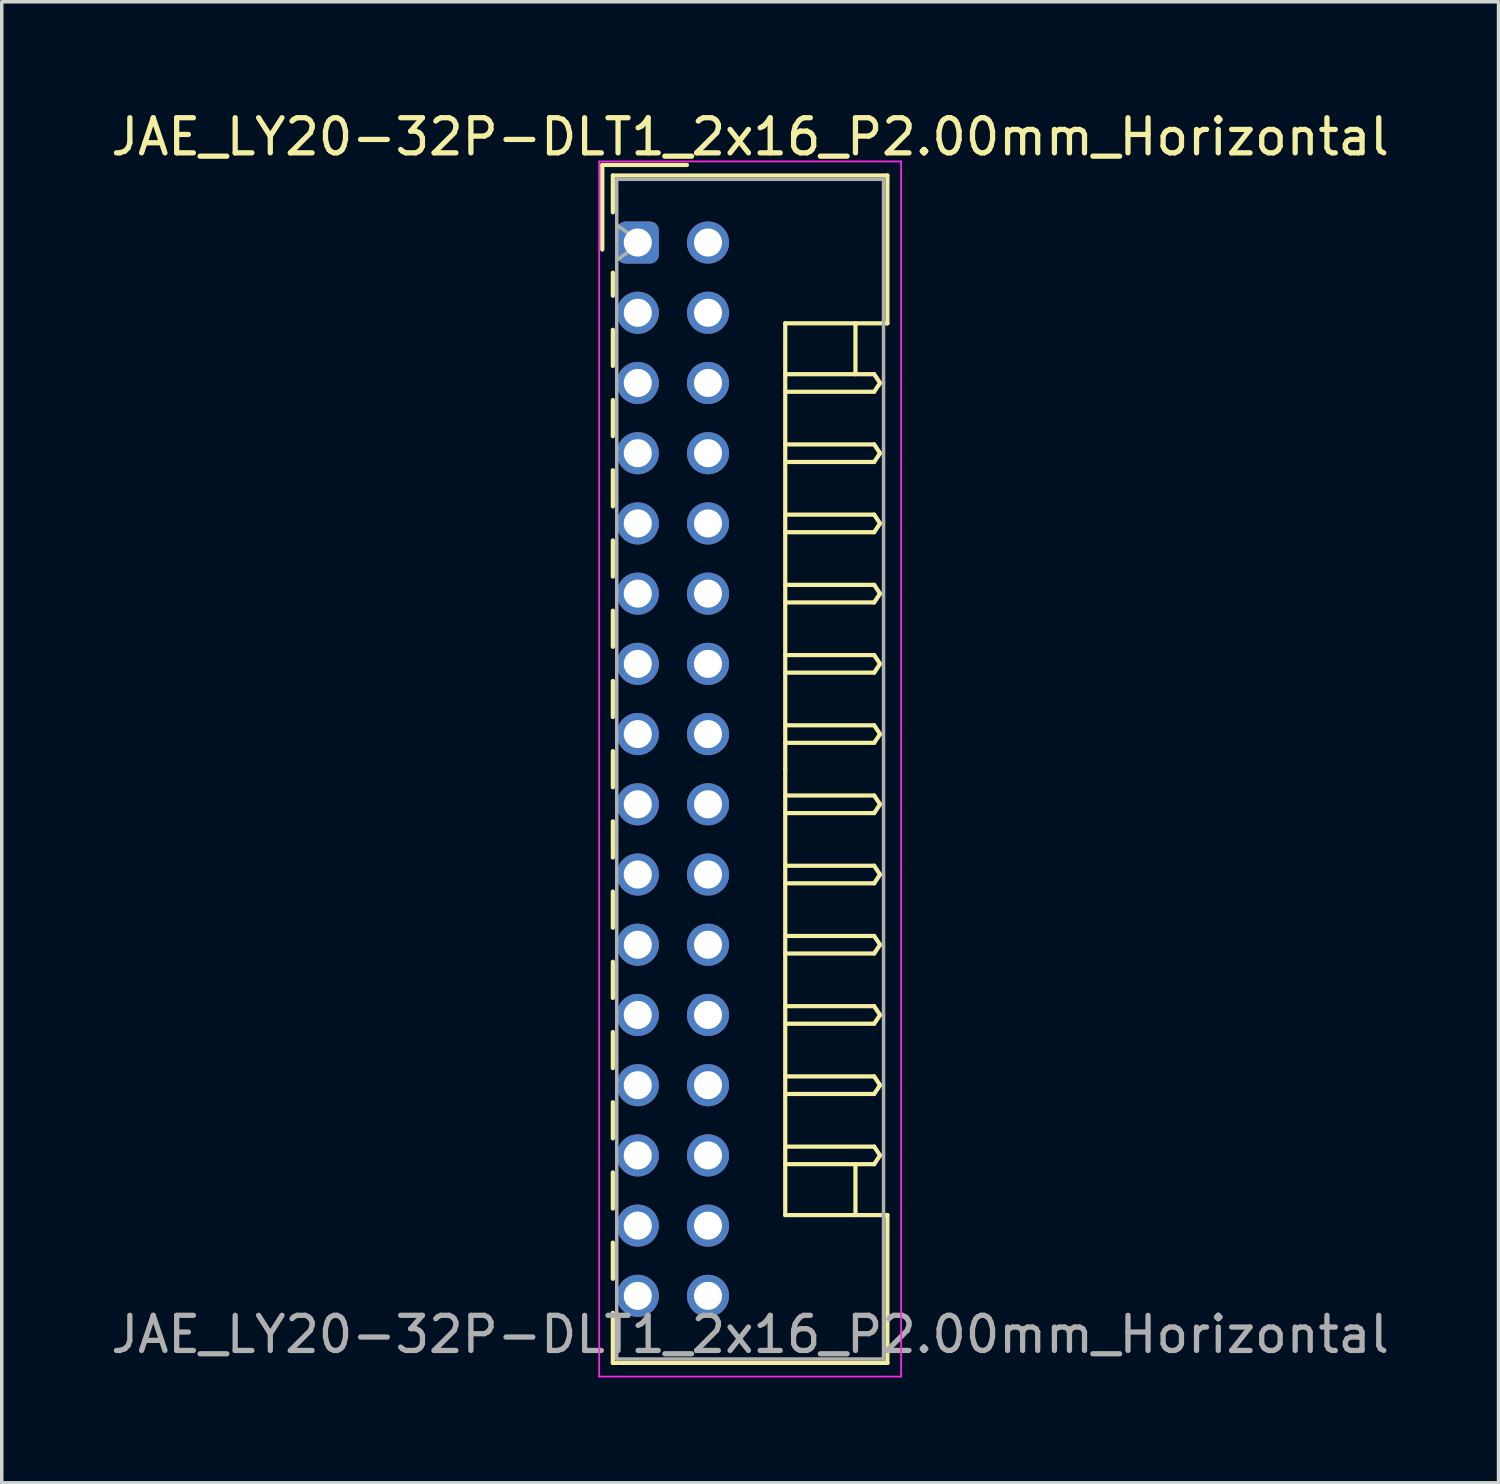
<source format=kicad_pcb>
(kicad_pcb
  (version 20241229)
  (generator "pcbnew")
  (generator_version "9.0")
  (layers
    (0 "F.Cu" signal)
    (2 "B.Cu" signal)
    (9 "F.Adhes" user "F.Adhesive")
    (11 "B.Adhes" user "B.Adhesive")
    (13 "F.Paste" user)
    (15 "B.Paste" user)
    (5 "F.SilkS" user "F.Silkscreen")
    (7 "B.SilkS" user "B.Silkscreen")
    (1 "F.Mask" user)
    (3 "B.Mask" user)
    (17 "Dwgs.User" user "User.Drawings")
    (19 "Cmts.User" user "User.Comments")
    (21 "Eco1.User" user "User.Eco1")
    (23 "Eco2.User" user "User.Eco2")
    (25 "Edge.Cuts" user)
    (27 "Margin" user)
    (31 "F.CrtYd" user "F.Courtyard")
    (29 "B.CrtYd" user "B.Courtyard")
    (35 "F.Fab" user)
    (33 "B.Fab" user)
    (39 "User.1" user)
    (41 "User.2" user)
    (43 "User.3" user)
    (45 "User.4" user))
  (footprint "JAE_LY20-32P-DLT1_2x16_P2.00mm_Horizontal"
    (layer "F.Cu")
    (at 15.115 3.858)
    (property "Reference" "JAE_LY20-32P-DLT1_2x16_P2.00mm_Horizontal" (at 3.2 -3.01 0) (layer "F.SilkS") (effects (font (size 1 1) (thickness 0.15))))
    (attr through_hole)
    (fp_line (start -1.01 -2.21) (end -1.01 0.2) (stroke (width 0.12) (type solid)) (layer "F.SilkS"))
    (fp_line (start -0.71 -1.91) (end -0.71 -0.86) (stroke (width 0.12) (type solid)) (layer "F.SilkS"))
    (fp_line (start -0.71 -1.91) (end 7.11 -1.91) (stroke (width 0.12) (type solid)) (layer "F.SilkS"))
    (fp_line (start -0.71 0.86) (end -0.71 1.515) (stroke (width 0.12) (type solid)) (layer "F.SilkS"))
    (fp_line (start -0.71 2.485) (end -0.71 3.515) (stroke (width 0.12) (type solid)) (layer "F.SilkS"))
    (fp_line (start -0.71 4.485) (end -0.71 5.515) (stroke (width 0.12) (type solid)) (layer "F.SilkS"))
    (fp_line (start -0.71 6.485) (end -0.71 7.515) (stroke (width 0.12) (type solid)) (layer "F.SilkS"))
    (fp_line (start -0.71 8.485) (end -0.71 9.515) (stroke (width 0.12) (type solid)) (layer "F.SilkS"))
    (fp_line (start -0.71 10.485) (end -0.71 11.515) (stroke (width 0.12) (type solid)) (layer "F.SilkS"))
    (fp_line (start -0.71 12.485) (end -0.71 13.515) (stroke (width 0.12) (type solid)) (layer "F.SilkS"))
    (fp_line (start -0.71 14.485) (end -0.71 15.515) (stroke (width 0.12) (type solid)) (layer "F.SilkS"))
    (fp_line (start -0.71 16.485) (end -0.71 17.515) (stroke (width 0.12) (type solid)) (layer "F.SilkS"))
    (fp_line (start -0.71 18.485) (end -0.71 19.515) (stroke (width 0.12) (type solid)) (layer "F.SilkS"))
    (fp_line (start -0.71 20.485) (end -0.71 21.515) (stroke (width 0.12) (type solid)) (layer "F.SilkS"))
    (fp_line (start -0.71 22.485) (end -0.71 23.515) (stroke (width 0.12) (type solid)) (layer "F.SilkS"))
    (fp_line (start -0.71 24.485) (end -0.71 25.515) (stroke (width 0.12) (type solid)) (layer "F.SilkS"))
    (fp_line (start -0.71 26.485) (end -0.71 27.515) (stroke (width 0.12) (type solid)) (layer "F.SilkS"))
    (fp_line (start -0.71 28.485) (end -0.71 29.515) (stroke (width 0.12) (type solid)) (layer "F.SilkS"))
    (fp_line (start -0.71 30.485) (end -0.71 31.91) (stroke (width 0.12) (type solid)) (layer "F.SilkS"))
    (fp_line (start -0.71 31.91) (end 7.11 31.91) (stroke (width 0.12) (type solid)) (layer "F.SilkS"))
    (fp_line (start 1.4 -2.21) (end -1.01 -2.21) (stroke (width 0.12) (type solid)) (layer "F.SilkS"))
    (fp_line (start 4.2 2.3) (end 4.2 15) (stroke (width 0.12) (type solid)) (layer "F.SilkS"))
    (fp_line (start 4.2 3.75) (end 6.733 3.75) (stroke (width 0.12) (type solid)) (layer "F.SilkS"))
    (fp_line (start 4.2 5.75) (end 6.733 5.75) (stroke (width 0.12) (type solid)) (layer "F.SilkS"))
    (fp_line (start 4.2 7.75) (end 6.733 7.75) (stroke (width 0.12) (type solid)) (layer "F.SilkS"))
    (fp_line (start 4.2 9.75) (end 6.733 9.75) (stroke (width 0.12) (type solid)) (layer "F.SilkS"))
    (fp_line (start 4.2 11.75) (end 6.733 11.75) (stroke (width 0.12) (type solid)) (layer "F.SilkS"))
    (fp_line (start 4.2 13.75) (end 6.733 13.75) (stroke (width 0.12) (type solid)) (layer "F.SilkS"))
    (fp_line (start 4.2 15.75) (end 6.733 15.75) (stroke (width 0.12) (type solid)) (layer "F.SilkS"))
    (fp_line (start 4.2 17.75) (end 6.733 17.75) (stroke (width 0.12) (type solid)) (layer "F.SilkS"))
    (fp_line (start 4.2 19.75) (end 6.733 19.75) (stroke (width 0.12) (type solid)) (layer "F.SilkS"))
    (fp_line (start 4.2 21.75) (end 6.733 21.75) (stroke (width 0.12) (type solid)) (layer "F.SilkS"))
    (fp_line (start 4.2 23.75) (end 6.733 23.75) (stroke (width 0.12) (type solid)) (layer "F.SilkS"))
    (fp_line (start 4.2 25.75) (end 6.733 25.75) (stroke (width 0.12) (type solid)) (layer "F.SilkS"))
    (fp_line (start 4.2 27.7) (end 4.2 15) (stroke (width 0.12) (type solid)) (layer "F.SilkS"))
    (fp_line (start 6.2 2.3) (end 6.2 3.75) (stroke (width 0.12) (type solid)) (layer "F.SilkS"))
    (fp_line (start 6.2 27.7) (end 6.2 26.25) (stroke (width 0.12) (type solid)) (layer "F.SilkS"))
    (fp_line (start 6.733 3.75) (end 6.9 4) (stroke (width 0.12) (type solid)) (layer "F.SilkS"))
    (fp_line (start 6.733 4.25) (end 4.2 4.25) (stroke (width 0.12) (type solid)) (layer "F.SilkS"))
    (fp_line (start 6.733 5.75) (end 6.9 6) (stroke (width 0.12) (type solid)) (layer "F.SilkS"))
    (fp_line (start 6.733 6.25) (end 4.2 6.25) (stroke (width 0.12) (type solid)) (layer "F.SilkS"))
    (fp_line (start 6.733 7.75) (end 6.9 8) (stroke (width 0.12) (type solid)) (layer "F.SilkS"))
    (fp_line (start 6.733 8.25) (end 4.2 8.25) (stroke (width 0.12) (type solid)) (layer "F.SilkS"))
    (fp_line (start 6.733 9.75) (end 6.9 10) (stroke (width 0.12) (type solid)) (layer "F.SilkS"))
    (fp_line (start 6.733 10.25) (end 4.2 10.25) (stroke (width 0.12) (type solid)) (layer "F.SilkS"))
    (fp_line (start 6.733 11.75) (end 6.9 12) (stroke (width 0.12) (type solid)) (layer "F.SilkS"))
    (fp_line (start 6.733 12.25) (end 4.2 12.25) (stroke (width 0.12) (type solid)) (layer "F.SilkS"))
    (fp_line (start 6.733 13.75) (end 6.9 14) (stroke (width 0.12) (type solid)) (layer "F.SilkS"))
    (fp_line (start 6.733 14.25) (end 4.2 14.25) (stroke (width 0.12) (type solid)) (layer "F.SilkS"))
    (fp_line (start 6.733 15.75) (end 6.9 16) (stroke (width 0.12) (type solid)) (layer "F.SilkS"))
    (fp_line (start 6.733 16.25) (end 4.2 16.25) (stroke (width 0.12) (type solid)) (layer "F.SilkS"))
    (fp_line (start 6.733 17.75) (end 6.9 18) (stroke (width 0.12) (type solid)) (layer "F.SilkS"))
    (fp_line (start 6.733 18.25) (end 4.2 18.25) (stroke (width 0.12) (type solid)) (layer "F.SilkS"))
    (fp_line (start 6.733 19.75) (end 6.9 20) (stroke (width 0.12) (type solid)) (layer "F.SilkS"))
    (fp_line (start 6.733 20.25) (end 4.2 20.25) (stroke (width 0.12) (type solid)) (layer "F.SilkS"))
    (fp_line (start 6.733 21.75) (end 6.9 22) (stroke (width 0.12) (type solid)) (layer "F.SilkS"))
    (fp_line (start 6.733 22.25) (end 4.2 22.25) (stroke (width 0.12) (type solid)) (layer "F.SilkS"))
    (fp_line (start 6.733 23.75) (end 6.9 24) (stroke (width 0.12) (type solid)) (layer "F.SilkS"))
    (fp_line (start 6.733 24.25) (end 4.2 24.25) (stroke (width 0.12) (type solid)) (layer "F.SilkS"))
    (fp_line (start 6.733 25.75) (end 6.9 26) (stroke (width 0.12) (type solid)) (layer "F.SilkS"))
    (fp_line (start 6.733 26.25) (end 4.2 26.25) (stroke (width 0.12) (type solid)) (layer "F.SilkS"))
    (fp_line (start 6.9 4) (end 6.733 4.25) (stroke (width 0.12) (type solid)) (layer "F.SilkS"))
    (fp_line (start 6.9 6) (end 6.733 6.25) (stroke (width 0.12) (type solid)) (layer "F.SilkS"))
    (fp_line (start 6.9 8) (end 6.733 8.25) (stroke (width 0.12) (type solid)) (layer "F.SilkS"))
    (fp_line (start 6.9 10) (end 6.733 10.25) (stroke (width 0.12) (type solid)) (layer "F.SilkS"))
    (fp_line (start 6.9 12) (end 6.733 12.25) (stroke (width 0.12) (type solid)) (layer "F.SilkS"))
    (fp_line (start 6.9 14) (end 6.733 14.25) (stroke (width 0.12) (type solid)) (layer "F.SilkS"))
    (fp_line (start 6.9 16) (end 6.733 16.25) (stroke (width 0.12) (type solid)) (layer "F.SilkS"))
    (fp_line (start 6.9 18) (end 6.733 18.25) (stroke (width 0.12) (type solid)) (layer "F.SilkS"))
    (fp_line (start 6.9 20) (end 6.733 20.25) (stroke (width 0.12) (type solid)) (layer "F.SilkS"))
    (fp_line (start 6.9 22) (end 6.733 22.25) (stroke (width 0.12) (type solid)) (layer "F.SilkS"))
    (fp_line (start 6.9 24) (end 6.733 24.25) (stroke (width 0.12) (type solid)) (layer "F.SilkS"))
    (fp_line (start 6.9 26) (end 6.733 26.25) (stroke (width 0.12) (type solid)) (layer "F.SilkS"))
    (fp_line (start 7.11 -1.91) (end 7.11 2.3) (stroke (width 0.12) (type solid)) (layer "F.SilkS"))
    (fp_line (start 7.11 2.3) (end 4.2 2.3) (stroke (width 0.12) (type solid)) (layer "F.SilkS"))
    (fp_line (start 7.11 27.7) (end 4.2 27.7) (stroke (width 0.12) (type solid)) (layer "F.SilkS"))
    (fp_line (start 7.11 31.91) (end 7.11 27.7) (stroke (width 0.12) (type solid)) (layer "F.SilkS"))
    (fp_line (start -1.1 -2.31) (end -1.1 32.3) (stroke (width 0.05) (type solid)) (layer "F.CrtYd"))
    (fp_line (start -1.1 32.3) (end 7.5 32.3) (stroke (width 0.05) (type solid)) (layer "F.CrtYd"))
    (fp_line (start 7.5 -2.31) (end -1.1 -2.31) (stroke (width 0.05) (type solid)) (layer "F.CrtYd"))
    (fp_line (start 7.5 32.3) (end 7.5 -2.31) (stroke (width 0.05) (type solid)) (layer "F.CrtYd"))
    (fp_line (start -0.6 -1.8) (end -0.6 31.8) (stroke (width 0.1) (type solid)) (layer "F.Fab"))
    (fp_line (start -0.6 0.5) (end 0.107 0) (stroke (width 0.1) (type solid)) (layer "F.Fab"))
    (fp_line (start -0.6 31.8) (end 7 31.8) (stroke (width 0.1) (type solid)) (layer "F.Fab"))
    (fp_line (start 0.107 0) (end -0.6 -0.5) (stroke (width 0.1) (type solid)) (layer "F.Fab"))
    (fp_line (start 7 -1.8) (end -0.6 -1.8) (stroke (width 0.1) (type solid)) (layer "F.Fab"))
    (fp_line (start 7 31.8) (end 7 -1.8) (stroke (width 0.1) (type solid)) (layer "F.Fab"))
    (fp_text user "${REFERENCE}" (at 3.2 31.1 0) (layer "F.Fab") (effects (font (size 1 1) (thickness 0.15))))
    (pad "a1" thru_hole roundrect (at 0 0) (size 1.2 1.2) (drill 0.8) (layers "*.Cu" "*.Mask") (roundrect_rratio 0.208))
    (pad "a2" thru_hole circle (at 0 2) (size 1.2 1.2) (drill 0.8) (layers "*.Cu" "*.Mask"))
    (pad "a3" thru_hole circle (at 0 4) (size 1.2 1.2) (drill 0.8) (layers "*.Cu" "*.Mask"))
    (pad "a4" thru_hole circle (at 0 6) (size 1.2 1.2) (drill 0.8) (layers "*.Cu" "*.Mask"))
    (pad "a5" thru_hole circle (at 0 8) (size 1.2 1.2) (drill 0.8) (layers "*.Cu" "*.Mask"))
    (pad "a6" thru_hole circle (at 0 10) (size 1.2 1.2) (drill 0.8) (layers "*.Cu" "*.Mask"))
    (pad "a7" thru_hole circle (at 0 12) (size 1.2 1.2) (drill 0.8) (layers "*.Cu" "*.Mask"))
    (pad "a8" thru_hole circle (at 0 14) (size 1.2 1.2) (drill 0.8) (layers "*.Cu" "*.Mask"))
    (pad "a9" thru_hole circle (at 0 16) (size 1.2 1.2) (drill 0.8) (layers "*.Cu" "*.Mask"))
    (pad "a10" thru_hole circle (at 0 18) (size 1.2 1.2) (drill 0.8) (layers "*.Cu" "*.Mask"))
    (pad "a11" thru_hole circle (at 0 20) (size 1.2 1.2) (drill 0.8) (layers "*.Cu" "*.Mask"))
    (pad "a12" thru_hole circle (at 0 22) (size 1.2 1.2) (drill 0.8) (layers "*.Cu" "*.Mask"))
    (pad "a13" thru_hole circle (at 0 24) (size 1.2 1.2) (drill 0.8) (layers "*.Cu" "*.Mask"))
    (pad "a14" thru_hole circle (at 0 26) (size 1.2 1.2) (drill 0.8) (layers "*.Cu" "*.Mask"))
    (pad "a15" thru_hole circle (at 0 28) (size 1.2 1.2) (drill 0.8) (layers "*.Cu" "*.Mask"))
    (pad "a16" thru_hole circle (at 0 30) (size 1.2 1.2) (drill 0.8) (layers "*.Cu" "*.Mask"))
    (pad "b1" thru_hole circle (at 2 0) (size 1.2 1.2) (drill 0.8) (layers "*.Cu" "*.Mask"))
    (pad "b2" thru_hole circle (at 2 2) (size 1.2 1.2) (drill 0.8) (layers "*.Cu" "*.Mask"))
    (pad "b3" thru_hole circle (at 2 4) (size 1.2 1.2) (drill 0.8) (layers "*.Cu" "*.Mask"))
    (pad "b4" thru_hole circle (at 2 6) (size 1.2 1.2) (drill 0.8) (layers "*.Cu" "*.Mask"))
    (pad "b5" thru_hole circle (at 2 8) (size 1.2 1.2) (drill 0.8) (layers "*.Cu" "*.Mask"))
    (pad "b6" thru_hole circle (at 2 10) (size 1.2 1.2) (drill 0.8) (layers "*.Cu" "*.Mask"))
    (pad "b7" thru_hole circle (at 2 12) (size 1.2 1.2) (drill 0.8) (layers "*.Cu" "*.Mask"))
    (pad "b8" thru_hole circle (at 2 14) (size 1.2 1.2) (drill 0.8) (layers "*.Cu" "*.Mask"))
    (pad "b9" thru_hole circle (at 2 16) (size 1.2 1.2) (drill 0.8) (layers "*.Cu" "*.Mask"))
    (pad "b10" thru_hole circle (at 2 18) (size 1.2 1.2) (drill 0.8) (layers "*.Cu" "*.Mask"))
    (pad "b11" thru_hole circle (at 2 20) (size 1.2 1.2) (drill 0.8) (layers "*.Cu" "*.Mask"))
    (pad "b12" thru_hole circle (at 2 22) (size 1.2 1.2) (drill 0.8) (layers "*.Cu" "*.Mask"))
    (pad "b13" thru_hole circle (at 2 24) (size 1.2 1.2) (drill 0.8) (layers "*.Cu" "*.Mask"))
    (pad "b14" thru_hole circle (at 2 26) (size 1.2 1.2) (drill 0.8) (layers "*.Cu" "*.Mask"))
    (pad "b15" thru_hole circle (at 2 28) (size 1.2 1.2) (drill 0.8) (layers "*.Cu" "*.Mask"))
    (pad "b16" thru_hole circle (at 2 30) (size 1.2 1.2) (drill 0.8) (layers "*.Cu" "*.Mask")))
  (gr_rect
    (start -3 -3)
    (end 39.631 39.183)
    (stroke (width 0.1) (type default))
    (fill no)
    (layer "Edge.Cuts")))
</source>
